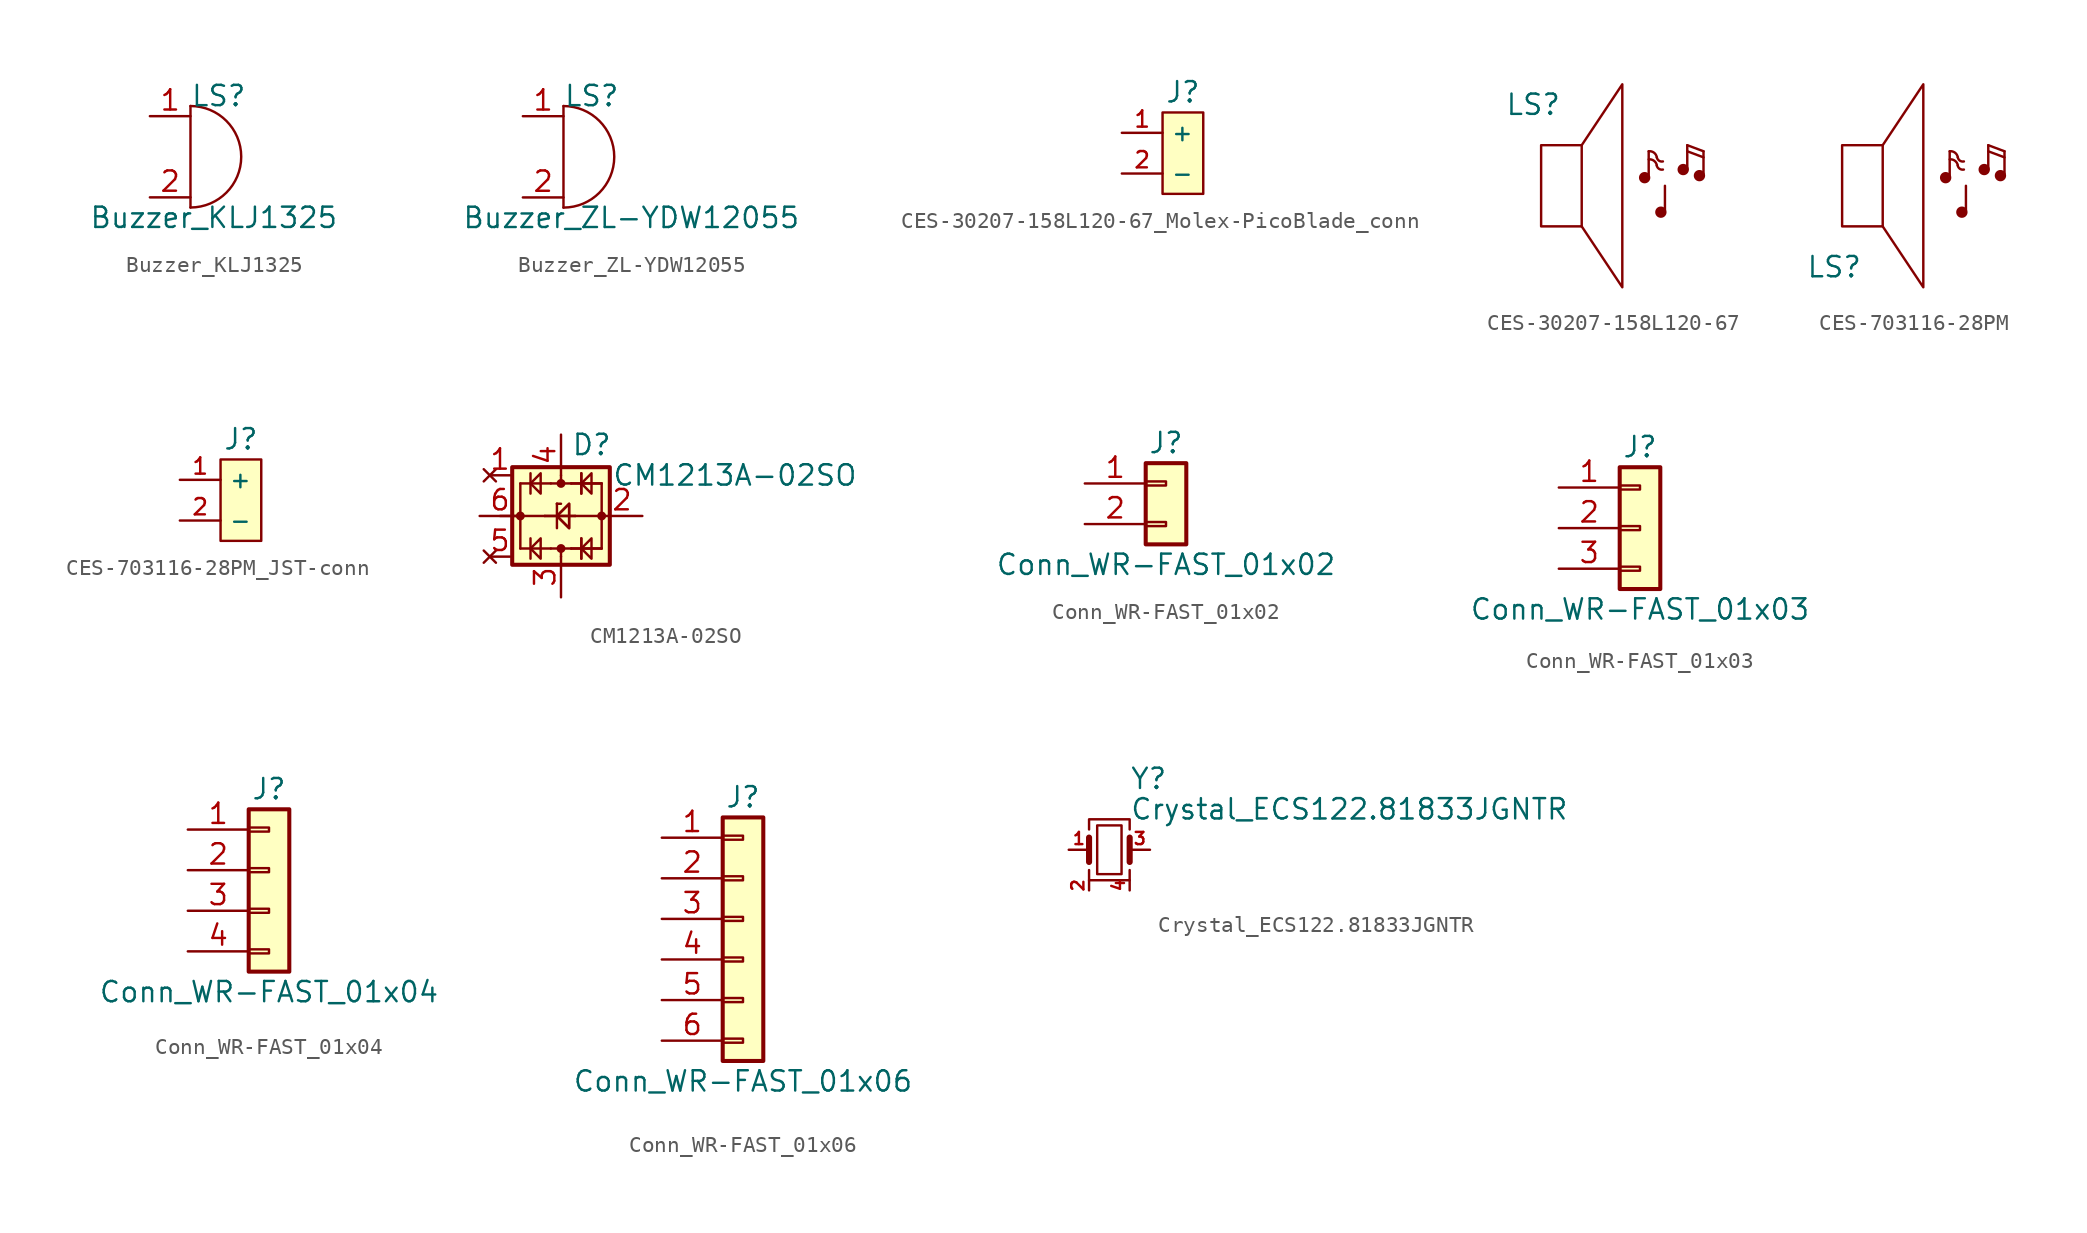
<source format=kicad_sym>
(kicad_symbol_lib
  (version 20211014)
  (generator kicad_symbol_editor)
  (symbol "Buzzer_KLJ1325"
    (pin_names
      (offset 0.025) hide)
    (property "Reference" "LS"
      (at 0 3.81 0)
      (effects (font (size 1.27 1.27)) (justify left)))
    (property "Value" "Buzzer_KLJ1325"
      (at -6.35 -3.81 0)
      (effects (font (size 1.27 1.27)) (justify left)))
    (symbol "Buzzer_KLJ1325_0_1"
      (arc (start 0 -3.175) (mid 3.175 0) (end 0 3.175) (stroke (width 0) (type default) (color 0 0 0 0)) (fill (type none)))
      (polyline (pts (xy 0 3.175) (xy 0 -3.175)) (stroke (width 0) (type default) (color 0 0 0 0)) (fill (type none))))
    (symbol "Buzzer_KLJ1325_1_1"
      (pin passive line (at -2.54 2.54 0) (length 2.54) (name "-" (effects (font (size 1.27 1.27)))) (number "1" (effects (font (size 1.27 1.27)))))
      (pin passive line (at -2.54 -2.54 0) (length 2.54) (name "+" (effects (font (size 1.27 1.27)))) (number "2" (effects (font (size 1.27 1.27)))))))
  (symbol "Buzzer_ZL-YDW12055"
    (pin_names
      (offset 0.025) hide)
    (property "Reference" "LS"
      (at 0 3.81 0)
      (effects (font (size 1.27 1.27)) (justify left)))
    (property "Value" "Buzzer_ZL-YDW12055"
      (at -6.35 -3.81 0)
      (effects (font (size 1.27 1.27)) (justify left)))
    (symbol "Buzzer_ZL-YDW12055_0_1"
      (arc (start 0 -3.175) (mid 3.175 0) (end 0 3.175) (stroke (width 0) (type default) (color 0 0 0 0)) (fill (type none)))
      (polyline (pts (xy 0 3.175) (xy 0 -3.175)) (stroke (width 0) (type default) (color 0 0 0 0)) (fill (type none))))
    (symbol "Buzzer_ZL-YDW12055_1_1"
      (pin passive line (at -2.54 2.54 0) (length 2.54) (name "-" (effects (font (size 1.27 1.27)))) (number "1" (effects (font (size 1.27 1.27)))))
      (pin passive line (at -2.54 -2.54 0) (length 2.54) (name "+" (effects (font (size 1.27 1.27)))) (number "2" (effects (font (size 1.27 1.27)))))))
  (symbol "CES-30207-158L120-67_Molex-PicoBlade_conn"
    (property "Reference" "J"
      (at 0 3.81 0)
      (effects (font (size 1.27 1.27))))
    (symbol "CES-30207-158L120-67_Molex-PicoBlade_conn_0_1"
      (rectangle (start -1.27 2.54) (end 1.27 -2.54) (stroke (width 0) (type default) (color 0 0 0 0)) (fill (type background))))
    (symbol "CES-30207-158L120-67_Molex-PicoBlade_conn_1_1"
      (pin passive line (at -3.81 1.27 0) (length 2.54) (name "+" (effects (font (size 1.016 1.016)))) (number "1" (effects (font (size 1.016 1.016)))))
      (pin passive line (at -3.81 -1.27 0) (length 2.54) (name "-" (effects (font (size 1.016 1.016)))) (number "2" (effects (font (size 1.016 1.016)))))))
  (symbol "CES-30207-158L120-67"
    (property "Reference" "LS"
      (at 0 5.08 0)
      (effects (font (size 1.27 1.27)) (justify right)))
    (symbol "CES-30207-158L120-67_1_1"
      (rectangle (start -1.27 2.54) (end 1.27 -2.54) (stroke (width 0) (type default) (color 0 0 0 0)) (fill (type none)))
      (polyline (pts (xy 5.461 0.635) (xy 5.461 2.159)) (stroke (width 0) (type default) (color 0 0 0 0)) (fill (type none)))
      (polyline (pts (xy 6.477 -1.524) (xy 6.477 0)) (stroke (width 0) (type default) (color 0 0 0 0)) (fill (type none)))
      (polyline (pts (xy 7.874 1.016) (xy 7.874 2.54)) (stroke (width 0) (type default) (color 0 0 0 0)) (fill (type none)))
      (polyline (pts (xy 7.874 2.159) (xy 8.89 1.778)) (stroke (width 0) (type default) (color 0 0 0 0)) (fill (type none)))
      (polyline (pts (xy 7.874 2.54) (xy 8.89 2.159)) (stroke (width 0) (type default) (color 0 0 0 0)) (fill (type none)))
      (polyline (pts (xy 8.89 0.762) (xy 8.89 2.159)) (stroke (width 0) (type default) (color 0 0 0 0)) (fill (type none)))
      (polyline (pts (xy 1.27 2.54) (xy 3.81 6.35) (xy 3.81 -6.35) (xy 1.27 -2.54)) (stroke (width 0) (type default) (color 0 0 0 0)) (fill (type none)))
      (circle (center 5.207 0.508) (radius 0.279) (stroke (width 0) (type default) (color 0 0 0 0)) (fill (type outline)))
      (arc (start 5.969 1.27) (mid 5.7919 1.5631) (end 5.461 1.651) (stroke (width 0) (type default) (color 0 0 0 0)) (fill (type none)))
      (arc (start 5.969 1.27) (mid 6.1054 1.0618) (end 6.35 1.016) (stroke (width 0) (type default) (color 0 0 0 0)) (fill (type none)))
      (arc (start 5.969 1.778) (mid 5.7919 2.0711) (end 5.461 2.159) (stroke (width 0) (type default) (color 0 0 0 0)) (fill (type none)))
      (arc (start 5.969 1.778) (mid 6.1054 1.5698) (end 6.35 1.524) (stroke (width 0) (type default) (color 0 0 0 0)) (fill (type none)))
      (circle (center 6.223 -1.651) (radius 0.279) (stroke (width 0) (type default) (color 0 0 0 0)) (fill (type outline)))
      (circle (center 7.62 1.016) (radius 0.279) (stroke (width 0) (type default) (color 0 0 0 0)) (fill (type outline)))
      (circle (center 8.636 0.635) (radius 0.279) (stroke (width 0) (type default) (color 0 0 0 0)) (fill (type outline)))))
  (symbol "CES-703116-28PM"
    (property "Reference" "LS"
      (at 0 -5.08 0)
      (effects (font (size 1.27 1.27)) (justify right)))
    (symbol "CES-703116-28PM_1_1"
      (rectangle (start -1.27 2.54) (end 1.27 -2.54) (stroke (width 0) (type default) (color 0 0 0 0)) (fill (type none)))
      (polyline (pts (xy 5.461 0.635) (xy 5.461 2.159)) (stroke (width 0) (type default) (color 0 0 0 0)) (fill (type none)))
      (polyline (pts (xy 6.477 -1.524) (xy 6.477 0)) (stroke (width 0) (type default) (color 0 0 0 0)) (fill (type none)))
      (polyline (pts (xy 7.874 1.016) (xy 7.874 2.54)) (stroke (width 0) (type default) (color 0 0 0 0)) (fill (type none)))
      (polyline (pts (xy 7.874 2.159) (xy 8.89 1.778)) (stroke (width 0) (type default) (color 0 0 0 0)) (fill (type none)))
      (polyline (pts (xy 7.874 2.54) (xy 8.89 2.159)) (stroke (width 0) (type default) (color 0 0 0 0)) (fill (type none)))
      (polyline (pts (xy 8.89 0.762) (xy 8.89 2.159)) (stroke (width 0) (type default) (color 0 0 0 0)) (fill (type none)))
      (polyline (pts (xy 1.27 2.54) (xy 3.81 6.35) (xy 3.81 -6.35) (xy 1.27 -2.54)) (stroke (width 0) (type default) (color 0 0 0 0)) (fill (type none)))
      (circle (center 5.207 0.508) (radius 0.279) (stroke (width 0) (type default) (color 0 0 0 0)) (fill (type outline)))
      (arc (start 5.969 1.27) (mid 5.7919 1.5631) (end 5.461 1.651) (stroke (width 0) (type default) (color 0 0 0 0)) (fill (type none)))
      (arc (start 5.969 1.27) (mid 6.1054 1.0618) (end 6.35 1.016) (stroke (width 0) (type default) (color 0 0 0 0)) (fill (type none)))
      (arc (start 5.969 1.778) (mid 5.7919 2.0711) (end 5.461 2.159) (stroke (width 0) (type default) (color 0 0 0 0)) (fill (type none)))
      (arc (start 5.969 1.778) (mid 6.1054 1.5698) (end 6.35 1.524) (stroke (width 0) (type default) (color 0 0 0 0)) (fill (type none)))
      (circle (center 6.223 -1.651) (radius 0.279) (stroke (width 0) (type default) (color 0 0 0 0)) (fill (type outline)))
      (circle (center 7.62 1.016) (radius 0.279) (stroke (width 0) (type default) (color 0 0 0 0)) (fill (type outline)))
      (circle (center 8.636 0.635) (radius 0.279) (stroke (width 0) (type default) (color 0 0 0 0)) (fill (type outline)))))
  (symbol "CES-703116-28PM_JST-conn"
    (property "Reference" "J"
      (at 0 3.81 0)
      (effects (font (size 1.27 1.27))))
    (symbol "CES-703116-28PM_JST-conn_0_1"
      (rectangle (start -1.27 2.54) (end 1.27 -2.54) (stroke (width 0) (type default) (color 0 0 0 0)) (fill (type background))))
    (symbol "CES-703116-28PM_JST-conn_1_1"
      (pin passive line (at -3.81 1.27 0) (length 2.54) (name "+" (effects (font (size 1.016 1.016)))) (number "1" (effects (font (size 1.016 1.016)))))
      (pin passive line (at -3.81 -1.27 0) (length 2.54) (name "-" (effects (font (size 1.016 1.016)))) (number "2" (effects (font (size 1.016 1.016)))))))
  (symbol "CM1213A-02SO"
    (pin_names hide)
    (property "Reference" "D"
      (at 0.635 4.445 0)
      (effects (font (size 1.27 1.27)) (justify left)))
    (property "Value" "CM1213A-02SO"
      (at 3.175 2.54 0)
      (effects (font (size 1.27 1.27)) (justify left)))
    (symbol "CM1213A-02SO_0_1"
      (rectangle (start -3.048 -3.048) (end 3.048 3.048) (stroke (width 0.254) (type default) (color 0 0 0 0)) (fill (type background)))
      (circle (center -2.54 0) (radius 0.203) (stroke (width 0) (type default) (color 0 0 0 0)) (fill (type outline)))
      (circle (center 0 -2.032) (radius 0.203) (stroke (width 0) (type default) (color 0 0 0 0)) (fill (type outline)))
      (polyline (pts (xy -2.54 -2.032) (xy -2.54 0)) (stroke (width 0) (type default) (color 0 0 0 0)) (fill (type none)))
      (polyline (pts (xy -2.54 0) (xy -2.54 2.032)) (stroke (width 0) (type default) (color 0 0 0 0)) (fill (type none)))
      (polyline (pts (xy -1.905 -2.667) (xy -1.905 -1.397)) (stroke (width 0) (type default) (color 0 0 0 0)) (fill (type none)))
      (polyline (pts (xy -1.905 1.397) (xy -1.905 2.667)) (stroke (width 0) (type default) (color 0 0 0 0)) (fill (type none)))
      (polyline (pts (xy -1.016 0) (xy -3.81 0)) (stroke (width 0) (type default) (color 0 0 0 0)) (fill (type none)))
      (polyline (pts (xy -0.635 -2.032) (xy -2.54 -2.032)) (stroke (width 0) (type default) (color 0 0 0 0)) (fill (type none)))
      (polyline (pts (xy -0.635 -2.032) (xy 0.635 -2.032)) (stroke (width 0) (type default) (color 0 0 0 0)) (fill (type none)))
      (polyline (pts (xy -0.635 2.032) (xy -2.54 2.032)) (stroke (width 0) (type default) (color 0 0 0 0)) (fill (type none)))
      (polyline (pts (xy -0.635 2.032) (xy 0.635 2.032)) (stroke (width 0) (type default) (color 0 0 0 0)) (fill (type none)))
      (polyline (pts (xy -0.254 -0.762) (xy -0.254 0.762)) (stroke (width 0) (type default) (color 0 0 0 0)) (fill (type none)))
      (polyline (pts (xy -0.254 0.762) (xy -0.254 0.762)) (stroke (width 0) (type default) (color 0 0 0 0)) (fill (type none)))
      (polyline (pts (xy 0 -2.54) (xy 0 -2.032)) (stroke (width 0) (type default) (color 0 0 0 0)) (fill (type none)))
      (polyline (pts (xy 0 0.762) (xy -0.254 0.762)) (stroke (width 0) (type default) (color 0 0 0 0)) (fill (type none)))
      (polyline (pts (xy 0 2.032) (xy 0 2.54)) (stroke (width 0) (type default) (color 0 0 0 0)) (fill (type none)))
      (polyline (pts (xy 0.889 0) (xy -1.016 0)) (stroke (width 0) (type default) (color 0 0 0 0)) (fill (type none)))
      (polyline (pts (xy 0.889 0) (xy -1.016 0)) (stroke (width 0) (type default) (color 0 0 0 0)) (fill (type none)))
      (polyline (pts (xy 0.889 0) (xy 2.54 0)) (stroke (width 0) (type default) (color 0 0 0 0)) (fill (type none)))
      (polyline (pts (xy 1.27 -2.667) (xy 1.27 -1.397)) (stroke (width 0) (type default) (color 0 0 0 0)) (fill (type none)))
      (polyline (pts (xy 1.27 -2.667) (xy 1.27 -1.397)) (stroke (width 0) (type default) (color 0 0 0 0)) (fill (type none)))
      (polyline (pts (xy 1.27 1.397) (xy 1.27 2.667)) (stroke (width 0) (type default) (color 0 0 0 0)) (fill (type none)))
      (polyline (pts (xy 1.27 1.397) (xy 1.27 2.667)) (stroke (width 0) (type default) (color 0 0 0 0)) (fill (type none)))
      (polyline (pts (xy 2.54 -2.032) (xy 0.635 -2.032)) (stroke (width 0) (type default) (color 0 0 0 0)) (fill (type none)))
      (polyline (pts (xy 2.54 -2.032) (xy 0.635 -2.032)) (stroke (width 0) (type default) (color 0 0 0 0)) (fill (type none)))
      (polyline (pts (xy 2.54 -2.032) (xy 2.54 0)) (stroke (width 0) (type default) (color 0 0 0 0)) (fill (type none)))
      (polyline (pts (xy 2.54 0) (xy 2.54 2.032)) (stroke (width 0) (type default) (color 0 0 0 0)) (fill (type none)))
      (polyline (pts (xy 2.54 2.032) (xy 0.635 2.032)) (stroke (width 0) (type default) (color 0 0 0 0)) (fill (type none)))
      (polyline (pts (xy 2.54 2.032) (xy 0.635 2.032)) (stroke (width 0) (type default) (color 0 0 0 0)) (fill (type none)))
      (polyline (pts (xy -1.27 -2.667) (xy -1.27 -1.397) (xy -1.905 -2.032) (xy -1.27 -2.667)) (stroke (width 0) (type default) (color 0 0 0 0)) (fill (type none)))
      (polyline (pts (xy -1.27 1.397) (xy -1.27 2.667) (xy -1.905 2.032) (xy -1.27 1.397)) (stroke (width 0) (type default) (color 0 0 0 0)) (fill (type none)))
      (polyline (pts (xy 0.508 -0.762) (xy 0.508 0.762) (xy -0.254 0) (xy 0.508 -0.762)) (stroke (width 0) (type default) (color 0 0 0 0)) (fill (type none)))
      (polyline (pts (xy 0.508 -0.762) (xy 0.508 0.762) (xy -0.254 0) (xy 0.508 -0.762)) (stroke (width 0) (type default) (color 0 0 0 0)) (fill (type none)))
      (polyline (pts (xy 1.905 -2.667) (xy 1.905 -1.397) (xy 1.27 -2.032) (xy 1.905 -2.667)) (stroke (width 0) (type default) (color 0 0 0 0)) (fill (type none)))
      (polyline (pts (xy 1.905 1.397) (xy 1.905 2.667) (xy 1.27 2.032) (xy 1.905 1.397)) (stroke (width 0) (type default) (color 0 0 0 0)) (fill (type none)))
      (circle (center 0 2.032) (radius 0.203) (stroke (width 0) (type default) (color 0 0 0 0)) (fill (type outline)))
      (circle (center 2.54 0) (radius 0.203) (stroke (width 0) (type default) (color 0 0 0 0)) (fill (type outline))))
    (symbol "CM1213A-02SO_1_1"
      (pin no_connect line (at -4.445 2.54 0) (length 1.27) (name "NC" (effects (font (size 1.27 1.27)))) (number "1" (effects (font (size 1.27 1.27)))))
      (pin power_in line (at 5.08 0 180) (length 2.54) (name "VN" (effects (font (size 1.27 1.27)))) (number "2" (effects (font (size 1.27 1.27)))))
      (pin passive line (at 0 -5.08 90) (length 2.54) (name "CH1" (effects (font (size 1.27 1.27)))) (number "3" (effects (font (size 1.27 1.27)))))
      (pin passive line (at 0 5.08 270) (length 2.54) (name "CH2" (effects (font (size 1.27 1.27)))) (number "4" (effects (font (size 1.27 1.27)))))
      (pin no_connect line (at -4.445 -2.54 0) (length 1.27) (name "NC" (effects (font (size 1.27 1.27)))) (number "5" (effects (font (size 1.27 1.27)))))
      (pin power_in line (at -5.08 0 0) (length 2.54) (name "VP" (effects (font (size 1.27 1.27)))) (number "6" (effects (font (size 1.27 1.27)))))))
  (symbol "Conn_WR-FAST_01x02"
    (pin_names
      (offset 1.016) hide)
    (property "Reference" "J"
      (at 0 2.54 0)
      (effects (font (size 1.27 1.27))))
    (property "Value" "Conn_WR-FAST_01x02"
      (at 0 -5.08 0)
      (effects (font (size 1.27 1.27))))
    (symbol "Conn_WR-FAST_01x02_1_1"
      (rectangle (start -1.27 -2.413) (end 0 -2.667) (stroke (width 0.152) (type default) (color 0 0 0 0)) (fill (type none)))
      (rectangle (start -1.27 0.127) (end 0 -0.127) (stroke (width 0.152) (type default) (color 0 0 0 0)) (fill (type none)))
      (rectangle (start -1.27 1.27) (end 1.27 -3.81) (stroke (width 0.254) (type default) (color 0 0 0 0)) (fill (type background)))
      (pin passive line (at -5.08 0 0) (length 3.81) (name "Pin_1" (effects (font (size 1.27 1.27)))) (number "1" (effects (font (size 1.27 1.27)))))
      (pin passive line (at -5.08 -2.54 0) (length 3.81) (name "Pin_2" (effects (font (size 1.27 1.27)))) (number "2" (effects (font (size 1.27 1.27)))))))
  (symbol "Conn_WR-FAST_01x03"
    (pin_names
      (offset 1.016) hide)
    (property "Reference" "J"
      (at 0 5.08 0)
      (effects (font (size 1.27 1.27))))
    (property "Value" "Conn_WR-FAST_01x03"
      (at 0 -5.08 0)
      (effects (font (size 1.27 1.27))))
    (symbol "Conn_WR-FAST_01x03_1_1"
      (rectangle (start -1.27 -2.413) (end 0 -2.667) (stroke (width 0.152) (type default) (color 0 0 0 0)) (fill (type none)))
      (rectangle (start -1.27 0.127) (end 0 -0.127) (stroke (width 0.152) (type default) (color 0 0 0 0)) (fill (type none)))
      (rectangle (start -1.27 2.667) (end 0 2.413) (stroke (width 0.152) (type default) (color 0 0 0 0)) (fill (type none)))
      (rectangle (start -1.27 3.81) (end 1.27 -3.81) (stroke (width 0.254) (type default) (color 0 0 0 0)) (fill (type background)))
      (pin passive line (at -5.08 2.54 0) (length 3.81) (name "Pin_1" (effects (font (size 1.27 1.27)))) (number "1" (effects (font (size 1.27 1.27)))))
      (pin passive line (at -5.08 0 0) (length 3.81) (name "Pin_2" (effects (font (size 1.27 1.27)))) (number "2" (effects (font (size 1.27 1.27)))))
      (pin passive line (at -5.08 -2.54 0) (length 3.81) (name "Pin_3" (effects (font (size 1.27 1.27)))) (number "3" (effects (font (size 1.27 1.27)))))))
  (symbol "Conn_WR-FAST_01x04"
    (pin_names
      (offset 1.016) hide)
    (property "Reference" "J"
      (at 0 5.08 0)
      (effects (font (size 1.27 1.27))))
    (property "Value" "Conn_WR-FAST_01x04"
      (at 0 -7.62 0)
      (effects (font (size 1.27 1.27))))
    (symbol "Conn_WR-FAST_01x04_1_1"
      (rectangle (start -1.27 -4.953) (end 0 -5.207) (stroke (width 0.152) (type default) (color 0 0 0 0)) (fill (type none)))
      (rectangle (start -1.27 -2.413) (end 0 -2.667) (stroke (width 0.152) (type default) (color 0 0 0 0)) (fill (type none)))
      (rectangle (start -1.27 0.127) (end 0 -0.127) (stroke (width 0.152) (type default) (color 0 0 0 0)) (fill (type none)))
      (rectangle (start -1.27 2.667) (end 0 2.413) (stroke (width 0.152) (type default) (color 0 0 0 0)) (fill (type none)))
      (rectangle (start -1.27 3.81) (end 1.27 -6.35) (stroke (width 0.254) (type default) (color 0 0 0 0)) (fill (type background)))
      (pin passive line (at -5.08 2.54 0) (length 3.81) (name "Pin_1" (effects (font (size 1.27 1.27)))) (number "1" (effects (font (size 1.27 1.27)))))
      (pin passive line (at -5.08 0 0) (length 3.81) (name "Pin_2" (effects (font (size 1.27 1.27)))) (number "2" (effects (font (size 1.27 1.27)))))
      (pin passive line (at -5.08 -2.54 0) (length 3.81) (name "Pin_3" (effects (font (size 1.27 1.27)))) (number "3" (effects (font (size 1.27 1.27)))))
      (pin passive line (at -5.08 -5.08 0) (length 3.81) (name "Pin_4" (effects (font (size 1.27 1.27)))) (number "4" (effects (font (size 1.27 1.27)))))))
  (symbol "Conn_WR-FAST_01x06"
    (pin_names
      (offset 1.016) hide)
    (property "Reference" "J"
      (at 0 7.62 0)
      (effects (font (size 1.27 1.27))))
    (property "Value" "Conn_WR-FAST_01x06"
      (at 0 -10.16 0)
      (effects (font (size 1.27 1.27))))
    (symbol "Conn_WR-FAST_01x06_1_1"
      (rectangle (start -1.27 -7.493) (end 0 -7.747) (stroke (width 0.152) (type default) (color 0 0 0 0)) (fill (type none)))
      (rectangle (start -1.27 -4.953) (end 0 -5.207) (stroke (width 0.152) (type default) (color 0 0 0 0)) (fill (type none)))
      (rectangle (start -1.27 -2.413) (end 0 -2.667) (stroke (width 0.152) (type default) (color 0 0 0 0)) (fill (type none)))
      (rectangle (start -1.27 0.127) (end 0 -0.127) (stroke (width 0.152) (type default) (color 0 0 0 0)) (fill (type none)))
      (rectangle (start -1.27 2.667) (end 0 2.413) (stroke (width 0.152) (type default) (color 0 0 0 0)) (fill (type none)))
      (rectangle (start -1.27 5.207) (end 0 4.953) (stroke (width 0.152) (type default) (color 0 0 0 0)) (fill (type none)))
      (rectangle (start -1.27 6.35) (end 1.27 -8.89) (stroke (width 0.254) (type default) (color 0 0 0 0)) (fill (type background)))
      (pin passive line (at -5.08 5.08 0) (length 3.81) (name "Pin_1" (effects (font (size 1.27 1.27)))) (number "1" (effects (font (size 1.27 1.27)))))
      (pin passive line (at -5.08 2.54 0) (length 3.81) (name "Pin_2" (effects (font (size 1.27 1.27)))) (number "2" (effects (font (size 1.27 1.27)))))
      (pin passive line (at -5.08 0 0) (length 3.81) (name "Pin_3" (effects (font (size 1.27 1.27)))) (number "3" (effects (font (size 1.27 1.27)))))
      (pin passive line (at -5.08 -2.54 0) (length 3.81) (name "Pin_4" (effects (font (size 1.27 1.27)))) (number "4" (effects (font (size 1.27 1.27)))))
      (pin passive line (at -5.08 -5.08 0) (length 3.81) (name "Pin_5" (effects (font (size 1.27 1.27)))) (number "5" (effects (font (size 1.27 1.27)))))
      (pin passive line (at -5.08 -7.62 0) (length 3.81) (name "Pin_6" (effects (font (size 1.27 1.27)))) (number "6" (effects (font (size 1.27 1.27)))))))
  (symbol "Crystal_ECS­122.8­18­33­JGN­TR"
    (pin_names
      (offset 1.016) hide)
    (property "Reference" "Y"
      (at 1.27 4.445 0)
      (effects (font (size 1.27 1.27)) (justify left)))
    (property "Value" "Crystal_ECS­122.8­18­33­JGN­TR"
      (at 1.27 2.54 0)
      (effects (font (size 1.27 1.27)) (justify left)))
    (symbol "Crystal_ECS­122.8­18­33­JGN­TR_0_1"
      (rectangle (start -0.762 -1.524) (end 0.762 1.524) (stroke (width 0) (type default) (color 0 0 0 0)) (fill (type none)))
      (polyline (pts (xy -1.27 -0.762) (xy -1.27 0.762)) (stroke (width 0.381) (type default) (color 0 0 0 0)) (fill (type none)))
      (polyline (pts (xy 1.27 -0.762) (xy 1.27 0.762)) (stroke (width 0.381) (type default) (color 0 0 0 0)) (fill (type none)))
      (polyline (pts (xy -1.27 -1.27) (xy -1.27 -1.905) (xy 1.27 -1.905) (xy 1.27 -1.27)) (stroke (width 0) (type default) (color 0 0 0 0)) (fill (type none)))
      (polyline (pts (xy -1.27 1.27) (xy -1.27 1.905) (xy 1.27 1.905) (xy 1.27 1.27)) (stroke (width 0) (type default) (color 0 0 0 0)) (fill (type none))))
    (symbol "Crystal_ECS­122.8­18­33­JGN­TR_1_1"
      (pin passive line (at -2.54 0 0) (length 1.27) (name "1" (effects (font (size 1.27 1.27)))) (number "1" (effects (font (size 0.762 0.762)))))
      (pin passive line (at -1.27 -2.54 90) (length 0.635) (name "2" (effects (font (size 1.27 1.27)))) (number "2" (effects (font (size 0.762 0.762)))))
      (pin passive line (at 2.54 0 180) (length 1.27) (name "3" (effects (font (size 1.27 1.27)))) (number "3" (effects (font (size 0.762 0.762)))))
      (pin passive line (at 1.27 -2.54 90) (length 0.635) (name "4" (effects (font (size 1.27 1.27)))) (number "4" (effects (font (size 0.762 0.762))))))))
</source>
